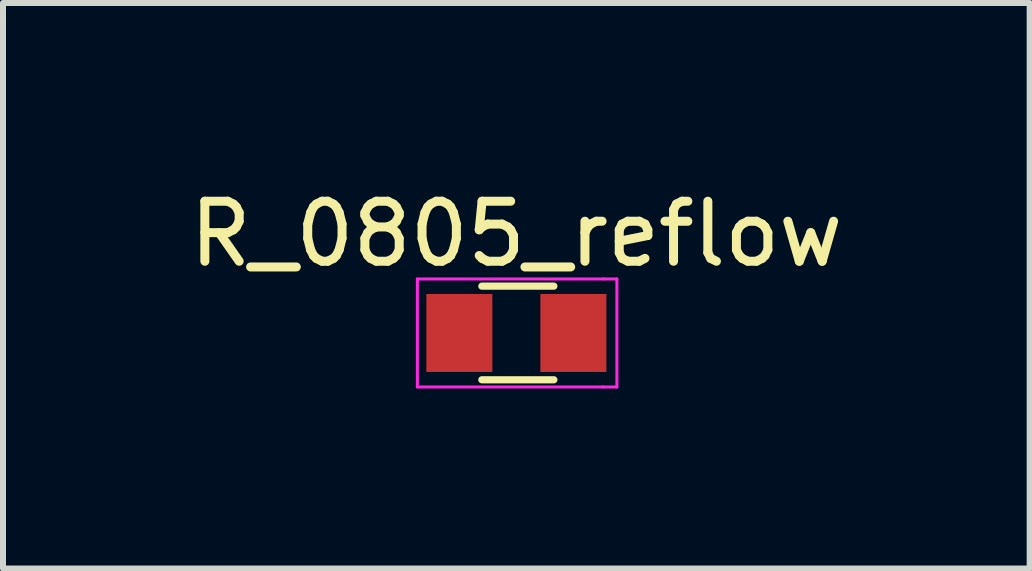
<source format=kicad_pcb>
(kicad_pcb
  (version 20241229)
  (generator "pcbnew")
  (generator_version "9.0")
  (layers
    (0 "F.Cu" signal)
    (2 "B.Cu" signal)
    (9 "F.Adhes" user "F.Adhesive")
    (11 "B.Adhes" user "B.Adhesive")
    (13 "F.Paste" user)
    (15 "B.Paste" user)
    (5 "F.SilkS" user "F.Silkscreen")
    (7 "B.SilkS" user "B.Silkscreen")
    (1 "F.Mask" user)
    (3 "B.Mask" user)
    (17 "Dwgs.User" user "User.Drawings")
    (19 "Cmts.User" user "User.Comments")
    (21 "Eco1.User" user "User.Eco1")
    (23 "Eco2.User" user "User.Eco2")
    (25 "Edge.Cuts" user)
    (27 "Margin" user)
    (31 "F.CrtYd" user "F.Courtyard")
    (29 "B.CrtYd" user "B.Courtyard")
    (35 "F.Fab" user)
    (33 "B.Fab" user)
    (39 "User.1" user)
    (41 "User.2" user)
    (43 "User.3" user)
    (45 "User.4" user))
  (footprint "R_0805_reflow"
    (layer "F.Cu")
    (at 5.554 2.498)
    (property "Reference" "R_0805_reflow" (at 0 -1.65 0) (layer "F.SilkS") (effects (font (size 1 1) (thickness 0.15))))
    (attr smd)
    (fp_line (start -0.575 -0.78) (end 0.625 -0.78) (stroke (width 0.12) (type solid)) (layer "F.SilkS"))
    (fp_line (start 0.625 0.78) (end -0.575 0.78) (stroke (width 0.12) (type solid)) (layer "F.SilkS"))
    (fp_line (start -1.65 -0.9) (end -1.65 0.9) (stroke (width 0.05) (type solid)) (layer "F.CrtYd"))
    (fp_line (start -1.65 -0.9) (end 1.45 -0.9) (stroke (width 0.05) (type solid)) (layer "F.CrtYd"))
    (fp_line (start 1.45 -0.9) (end 1.675 -0.9) (stroke (width 0.05) (type solid)) (layer "F.CrtYd"))
    (fp_line (start 1.45 0.9) (end -1.65 0.9) (stroke (width 0.05) (type solid)) (layer "F.CrtYd"))
    (fp_line (start 1.45 0.9) (end 1.675 0.9) (stroke (width 0.05) (type solid)) (layer "F.CrtYd"))
    (fp_line (start 1.675 0.9) (end 1.675 -0.9) (stroke (width 0.05) (type solid)) (layer "F.CrtYd"))
    (pad "1" smd rect (at -0.95 0) (size 1.1 1.3) (layers "F.Cu" "F.Mask" "F.Paste"))
    (pad "2" smd rect (at 0.95 0) (size 1.1 1.3) (layers "F.Cu" "F.Mask" "F.Paste")))
  (gr_rect
    (start -3 -3)
    (end 14.107 6.423)
    (stroke (width 0.1) (type default))
    (fill no)
    (layer "Edge.Cuts")))
</source>
